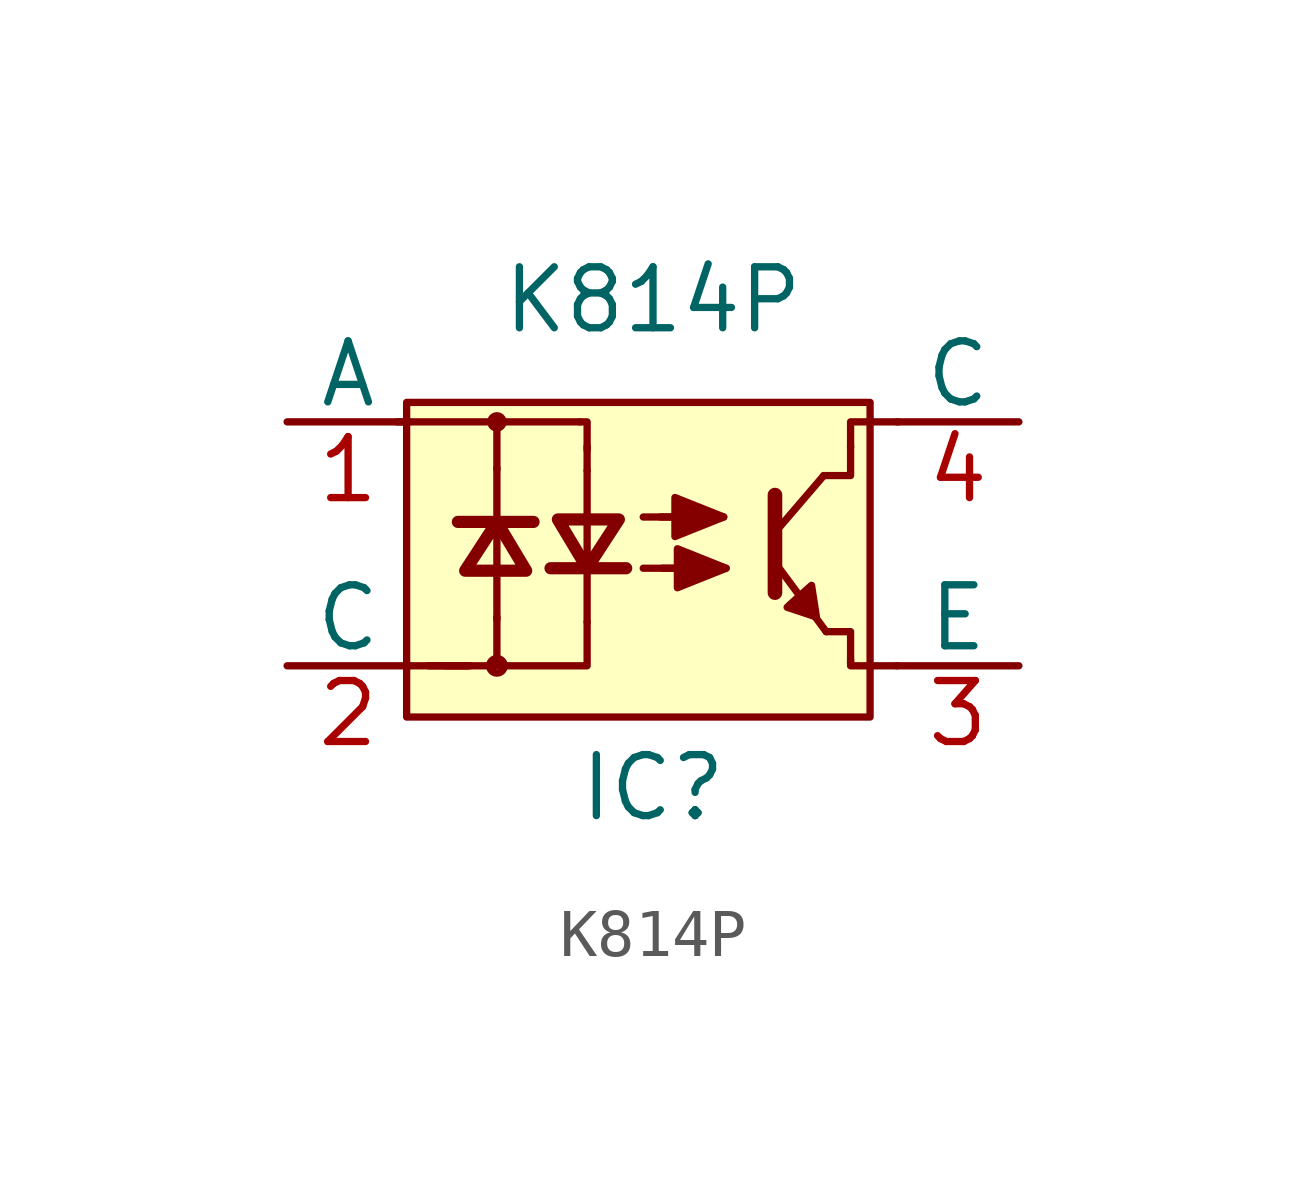
<source format=kicad_sym>
(kicad_symbol_lib
  (version 20220914)
  (generator kicad_symbol_editor)
  (symbol "K814P"
    (pin_names
      (offset 0))
    (property "Reference" "IC"
      (at 0 -7.62 0)
      (effects (font (size 1.27 1.27))))
    (property "Value" "K814P"
      (at 0 2.54 0)
      (effects (font (size 1.27 1.27))))
    (symbol "K814P_0_1"
      (circle (center -3.251 -5.08) (radius 0.152) (stroke (width 0) (type solid)) (fill (type none)))
      (circle (center -3.251 0) (radius 0.127) (stroke (width 0) (type solid)) (fill (type none)))
      (polyline (pts (xy -5.334 0) (xy -1.524 0)) (stroke (width 0) (type solid)) (fill (type none)))
      (polyline (pts (xy -5.08 -5.08) (xy -3.81 -5.08)) (stroke (width 0) (type solid)) (fill (type none)))
      (polyline (pts (xy -3.251 -4.064) (xy -3.251 -5.08)) (stroke (width 0) (type solid)) (fill (type none)))
      (polyline (pts (xy -3.251 -0.991) (xy -3.251 0)) (stroke (width 0) (type solid)) (fill (type none)))
      (polyline (pts (xy -1.372 -3.099) (xy -1.372 -1.016)) (stroke (width 0) (type solid)) (fill (type none)))
      (polyline (pts (xy -1.372 -3.048) (xy -1.372 -4.166)) (stroke (width 0) (type solid)) (fill (type none)))
      (polyline (pts (xy -1.372 -1.016) (xy -1.372 -0.508)) (stroke (width 0) (type solid)) (fill (type none)))
      (polyline (pts (xy -0.559 -3.048) (xy -2.134 -3.048)) (stroke (width 0.254) (type solid)) (fill (type none)))
      (polyline (pts (xy 0.864 -1.981) (xy -0.203 -1.981)) (stroke (width 0) (type solid)) (fill (type none)))
      (polyline (pts (xy 2.54 -1.524) (xy 2.54 -3.556)) (stroke (width 0.305) (type solid)) (fill (type none)))
      (polyline (pts (xy 3.556 -1.118) (xy 2.642 -2.184)) (stroke (width 0) (type solid)) (fill (type none)))
      (polyline (pts (xy -4.674 -5.08) (xy -4.267 -5.08) (xy -3.861 -5.08)) (stroke (width 0) (type solid)) (fill (type none)))
      (polyline (pts (xy -1.372 -4.166) (xy -1.372 -5.08) (xy -4.318 -5.08)) (stroke (width 0) (type solid)) (fill (type none)))
      (polyline (pts (xy -1.372 -0.584) (xy -1.372 0) (xy -1.524 0)) (stroke (width 0) (type solid)) (fill (type none)))
      (polyline (pts (xy 3.607 -4.369) (xy 2.591 -2.997) (xy 2.54 -2.997)) (stroke (width 0) (type solid)) (fill (type none)))
      (polyline (pts (xy 4.115 -5.029) (xy 4.115 -4.369) (xy 3.607 -4.369)) (stroke (width 0) (type solid)) (fill (type none)))
      (polyline (pts (xy 4.115 -0.508) (xy 4.115 -1.118) (xy 3.556 -1.118)) (stroke (width 0) (type solid)) (fill (type none)))
      (polyline (pts (xy 5.08 -5.08) (xy 4.115 -5.08) (xy 4.115 -4.953)) (stroke (width 0) (type solid)) (fill (type none)))
      (polyline (pts (xy -1.372 -3.048) (xy -1.981 -2.032) (xy -0.711 -2.032) (xy -1.372 -3.048)) (stroke (width 0.254) (type solid)) (fill (type none)))
      (polyline (pts (xy 4.115 -0.533) (xy 4.115 -0.025) (xy 4.115 0) (xy 5.105 0)) (stroke (width 0) (type solid)) (fill (type none)))
      (polyline (pts (xy 0.152 -1.981) (xy 1.473 -1.981) (xy 0.457 -1.575) (xy 0.457 -2.286) (xy 0.457 -2.388) (xy 1.473 -1.981)) (stroke (width 0) (type solid)) (fill (type none)))
      (polyline (pts (xy 1.473 -1.981) (xy 0.559 -1.727) (xy 0.559 -1.88) (xy 0.914 -1.88) (xy 1.473 -1.981) (xy 0.559 -2.235) (xy 0.559 -2.083) (xy 0.914 -2.083)) (stroke (width 0) (type solid)) (fill (type none)))
      (polyline (pts (xy 3.404 -4.064) (xy 3.302 -3.404) (xy 2.845 -3.81) (xy 2.794 -3.861) (xy 3.404 -4.064) (xy 3.2 -3.607) (xy 2.997 -3.81) (xy 3.15 -3.912)) (stroke (width 0) (type solid)) (fill (type none)))
      (rectangle (start 4.521 0.406) (end -5.131 -6.147) (stroke (width 0) (type solid)) (fill (type background))))
    (symbol "K814P_1_1"
      (polyline (pts (xy -4.064 -2.083) (xy -2.489 -2.083)) (stroke (width 0.254) (type solid)) (fill (type none)))
      (polyline (pts (xy -3.251 -2.083) (xy -3.251 -0.965)) (stroke (width 0) (type solid)) (fill (type none)))
      (polyline (pts (xy -3.251 -2.032) (xy -3.251 -4.115)) (stroke (width 0) (type solid)) (fill (type none)))
      (polyline (pts (xy 0.864 -3.048) (xy -0.203 -3.048)) (stroke (width 0) (type solid)) (fill (type none)))
      (polyline (pts (xy -3.251 -2.083) (xy -2.642 -3.099) (xy -3.912 -3.099) (xy -3.251 -2.083)) (stroke (width 0.254) (type solid)) (fill (type none)))
      (polyline (pts (xy 0.203 -3.048) (xy 1.524 -3.048) (xy 0.508 -2.642) (xy 0.508 -3.353) (xy 0.508 -3.454) (xy 1.524 -3.048)) (stroke (width 0) (type solid)) (fill (type none)))
      (polyline (pts (xy 1.524 -3.048) (xy 0.61 -2.794) (xy 0.61 -2.946) (xy 0.965 -2.946) (xy 1.524 -3.048) (xy 0.61 -3.302) (xy 0.61 -3.15) (xy 0.965 -3.15)) (stroke (width 0) (type solid)) (fill (type none)))
      (pin bidirectional line (at -7.62 0 0) (length 2.54) (name "A" (effects (font (size 1.27 1.27)))) (number "1" (effects (font (size 1.27 1.27)))))
      (pin bidirectional line (at -7.62 -5.08 0) (length 2.54) (name "C" (effects (font (size 1.27 1.27)))) (number "2" (effects (font (size 1.27 1.27)))))
      (pin bidirectional line (at 7.62 -5.08 180) (length 2.54) (name "E" (effects (font (size 1.27 1.27)))) (number "3" (effects (font (size 1.27 1.27)))))
      (pin bidirectional line (at 7.62 0 180) (length 2.54) (name "C" (effects (font (size 1.27 1.27)))) (number "4" (effects (font (size 1.27 1.27))))))))
</source>
